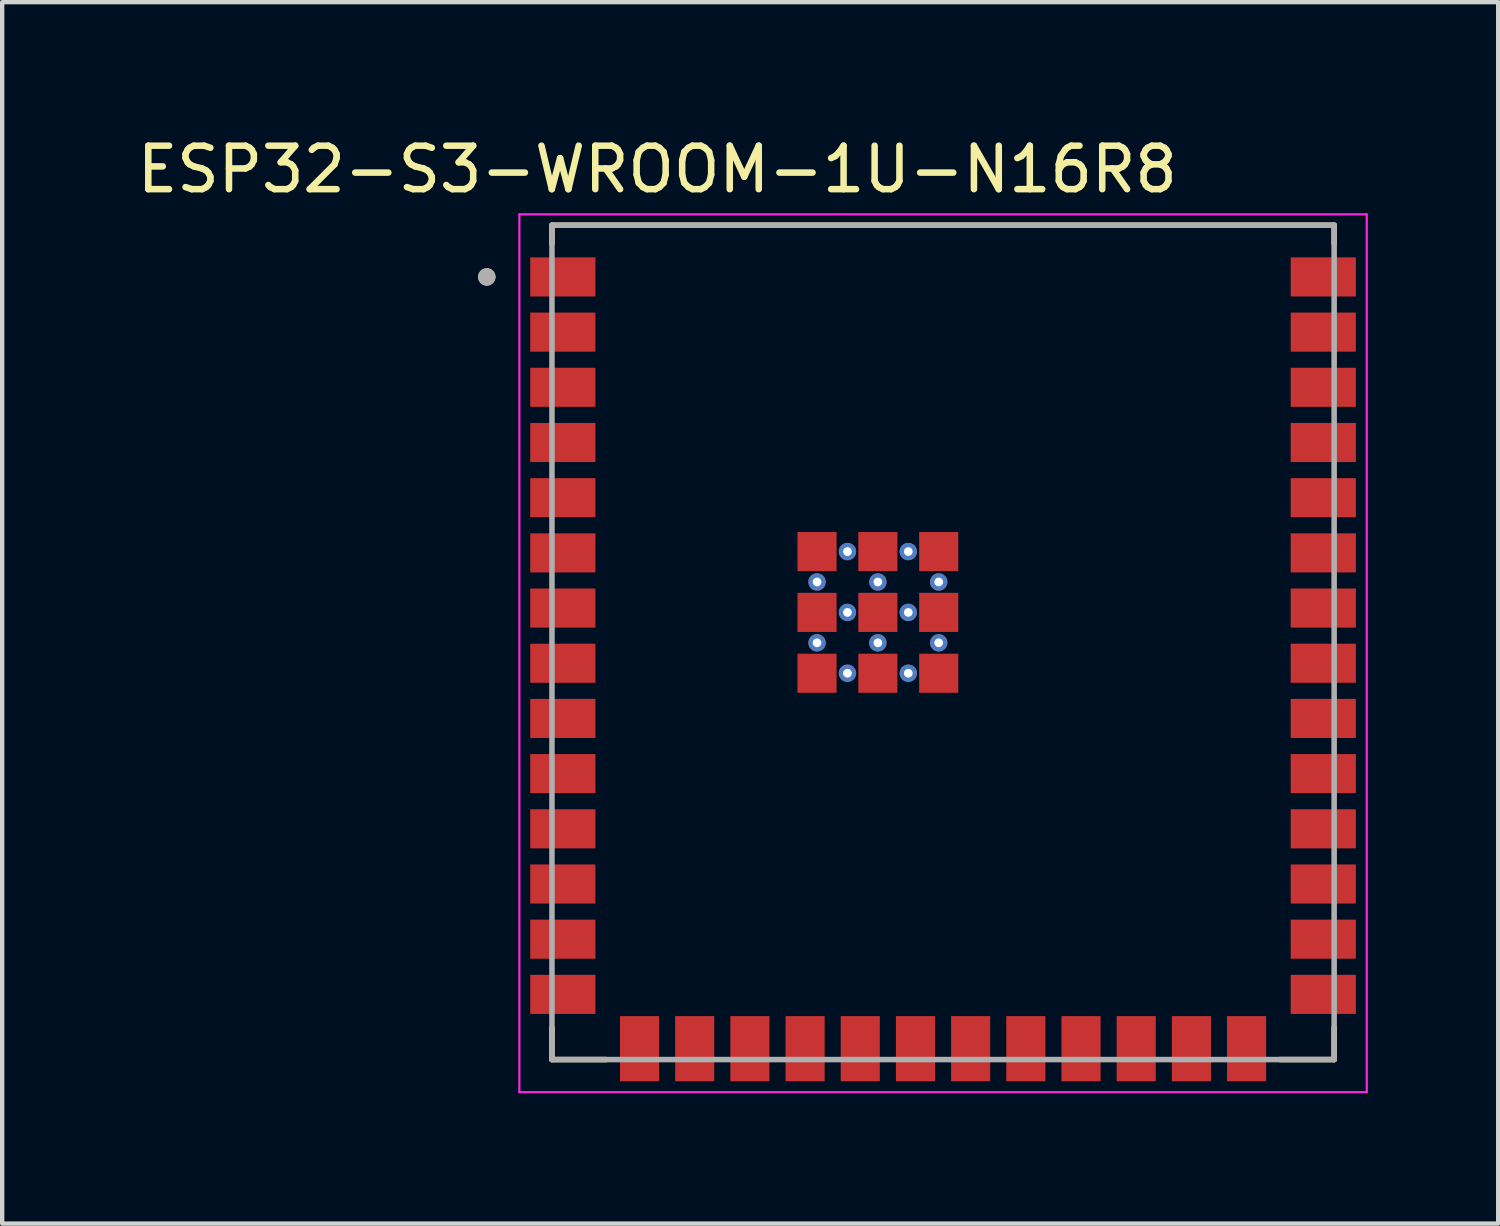
<source format=kicad_pcb>
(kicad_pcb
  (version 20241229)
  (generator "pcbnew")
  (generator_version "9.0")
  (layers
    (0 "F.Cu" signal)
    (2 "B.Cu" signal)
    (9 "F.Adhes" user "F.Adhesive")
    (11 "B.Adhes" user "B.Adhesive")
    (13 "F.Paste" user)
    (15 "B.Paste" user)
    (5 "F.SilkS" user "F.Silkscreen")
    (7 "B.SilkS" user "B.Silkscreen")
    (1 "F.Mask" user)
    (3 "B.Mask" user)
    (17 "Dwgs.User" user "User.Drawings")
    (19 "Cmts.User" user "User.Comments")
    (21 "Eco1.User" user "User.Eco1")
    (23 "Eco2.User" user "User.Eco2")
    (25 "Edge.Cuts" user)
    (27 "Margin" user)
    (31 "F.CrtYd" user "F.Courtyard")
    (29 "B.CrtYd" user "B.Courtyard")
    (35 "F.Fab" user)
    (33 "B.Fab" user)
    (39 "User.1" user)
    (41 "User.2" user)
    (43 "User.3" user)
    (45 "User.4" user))
  (footprint "ESP32-S3-WROOM-1U-N16R8"
    (layer "F.Cu")
    (at 18.652 11.733)
    (property "Reference" "ESP32-S3-WROOM-1U-N16R8" (at -6.575 -10.885 0) (layer "F.SilkS") (effects (font (size 1 1) (thickness 0.15))))
    (attr smd)
    (fp_line (start -9 -9.6) (end 9 -9.6) (stroke (width 0.127) (type solid)) (layer "F.SilkS"))
    (fp_line (start -9 -9.18) (end -9 -9.6) (stroke (width 0.127) (type solid)) (layer "F.SilkS"))
    (fp_line (start -9 9.6) (end -9 8.87) (stroke (width 0.127) (type solid)) (layer "F.SilkS"))
    (fp_line (start -7.755 9.6) (end -9 9.6) (stroke (width 0.127) (type solid)) (layer "F.SilkS"))
    (fp_line (start 9 -9.6) (end 9 -9.18) (stroke (width 0.127) (type solid)) (layer "F.SilkS"))
    (fp_line (start 9 9.6) (end 7.755 9.6) (stroke (width 0.127) (type solid)) (layer "F.SilkS"))
    (fp_line (start 9 9.6) (end 9 8.87) (stroke (width 0.127) (type solid)) (layer "F.SilkS"))
    (fp_circle (center -10.5 -8.41) (end -10.4 -8.41) (stroke (width 0.2) (type solid)) (fill no) (layer "F.SilkS"))
    (fp_line (start -9.75 -9.85) (end -9.75 10.35) (stroke (width 0.05) (type solid)) (layer "F.CrtYd"))
    (fp_line (start -9.75 10.35) (end 9.75 10.35) (stroke (width 0.05) (type solid)) (layer "F.CrtYd"))
    (fp_line (start 9.75 -9.85) (end -9.75 -9.85) (stroke (width 0.05) (type solid)) (layer "F.CrtYd"))
    (fp_line (start 9.75 10.35) (end 9.75 -9.85) (stroke (width 0.05) (type solid)) (layer "F.CrtYd"))
    (fp_line (start -9 -9.6) (end 9 -9.6) (stroke (width 0.127) (type solid)) (layer "F.Fab"))
    (fp_line (start -9 9.6) (end -9 -9.6) (stroke (width 0.127) (type solid)) (layer "F.Fab"))
    (fp_line (start 9 -9.6) (end 9 9.6) (stroke (width 0.127) (type solid)) (layer "F.Fab"))
    (fp_line (start 9 9.6) (end -9 9.6) (stroke (width 0.127) (type solid)) (layer "F.Fab"))
    (fp_circle (center -10.5 -8.41) (end -10.4 -8.41) (stroke (width 0.2) (type solid)) (fill no) (layer "F.Fab"))
    (pad "1" smd rect (at -8.75 -8.41) (size 1.5 0.9) (layers "F.Cu" "F.Mask" "F.Paste"))
    (pad "2" smd rect (at -8.75 -7.14) (size 1.5 0.9) (layers "F.Cu" "F.Mask" "F.Paste"))
    (pad "3" smd rect (at -8.75 -5.87) (size 1.5 0.9) (layers "F.Cu" "F.Mask" "F.Paste"))
    (pad "4" smd rect (at -8.75 -4.6) (size 1.5 0.9) (layers "F.Cu" "F.Mask" "F.Paste"))
    (pad "5" smd rect (at -8.75 -3.33) (size 1.5 0.9) (layers "F.Cu" "F.Mask" "F.Paste"))
    (pad "6" smd rect (at -8.75 -2.06) (size 1.5 0.9) (layers "F.Cu" "F.Mask" "F.Paste"))
    (pad "7" smd rect (at -8.75 -0.79) (size 1.5 0.9) (layers "F.Cu" "F.Mask" "F.Paste"))
    (pad "8" smd rect (at -8.75 0.48) (size 1.5 0.9) (layers "F.Cu" "F.Mask" "F.Paste"))
    (pad "9" smd rect (at -8.75 1.75) (size 1.5 0.9) (layers "F.Cu" "F.Mask" "F.Paste"))
    (pad "10" smd rect (at -8.75 3.02) (size 1.5 0.9) (layers "F.Cu" "F.Mask" "F.Paste"))
    (pad "11" smd rect (at -8.75 4.29) (size 1.5 0.9) (layers "F.Cu" "F.Mask" "F.Paste"))
    (pad "12" smd rect (at -8.75 5.56) (size 1.5 0.9) (layers "F.Cu" "F.Mask" "F.Paste"))
    (pad "13" smd rect (at -8.75 6.83) (size 1.5 0.9) (layers "F.Cu" "F.Mask" "F.Paste"))
    (pad "14" smd rect (at -8.75 8.1) (size 1.5 0.9) (layers "F.Cu" "F.Mask" "F.Paste"))
    (pad "15" smd rect (at -6.985 9.35) (size 0.9 1.5) (layers "F.Cu" "F.Mask" "F.Paste"))
    (pad "16" smd rect (at -5.715 9.35) (size 0.9 1.5) (layers "F.Cu" "F.Mask" "F.Paste"))
    (pad "17" smd rect (at -4.445 9.35) (size 0.9 1.5) (layers "F.Cu" "F.Mask" "F.Paste"))
    (pad "18" smd rect (at -3.175 9.35) (size 0.9 1.5) (layers "F.Cu" "F.Mask" "F.Paste"))
    (pad "19" smd rect (at -1.905 9.35) (size 0.9 1.5) (layers "F.Cu" "F.Mask" "F.Paste"))
    (pad "20" smd rect (at -0.635 9.35) (size 0.9 1.5) (layers "F.Cu" "F.Mask" "F.Paste"))
    (pad "21" smd rect (at 0.635 9.35) (size 0.9 1.5) (layers "F.Cu" "F.Mask" "F.Paste"))
    (pad "22" smd rect (at 1.905 9.35) (size 0.9 1.5) (layers "F.Cu" "F.Mask" "F.Paste"))
    (pad "23" smd rect (at 3.175 9.35) (size 0.9 1.5) (layers "F.Cu" "F.Mask" "F.Paste"))
    (pad "24" smd rect (at 4.445 9.35) (size 0.9 1.5) (layers "F.Cu" "F.Mask" "F.Paste"))
    (pad "25" smd rect (at 5.715 9.35) (size 0.9 1.5) (layers "F.Cu" "F.Mask" "F.Paste"))
    (pad "26" smd rect (at 6.985 9.35) (size 0.9 1.5) (layers "F.Cu" "F.Mask" "F.Paste"))
    (pad "27" smd rect (at 8.75 8.1) (size 1.5 0.9) (layers "F.Cu" "F.Mask" "F.Paste"))
    (pad "28" smd rect (at 8.75 6.83) (size 1.5 0.9) (layers "F.Cu" "F.Mask" "F.Paste"))
    (pad "29" smd rect (at 8.75 5.56) (size 1.5 0.9) (layers "F.Cu" "F.Mask" "F.Paste"))
    (pad "30" smd rect (at 8.75 4.29) (size 1.5 0.9) (layers "F.Cu" "F.Mask" "F.Paste"))
    (pad "31" smd rect (at 8.75 3.02) (size 1.5 0.9) (layers "F.Cu" "F.Mask" "F.Paste"))
    (pad "32" smd rect (at 8.75 1.75) (size 1.5 0.9) (layers "F.Cu" "F.Mask" "F.Paste"))
    (pad "33" smd rect (at 8.75 0.48) (size 1.5 0.9) (layers "F.Cu" "F.Mask" "F.Paste"))
    (pad "34" smd rect (at 8.75 -0.79) (size 1.5 0.9) (layers "F.Cu" "F.Mask" "F.Paste"))
    (pad "35" smd rect (at 8.75 -2.06) (size 1.5 0.9) (layers "F.Cu" "F.Mask" "F.Paste"))
    (pad "36" smd rect (at 8.75 -3.33) (size 1.5 0.9) (layers "F.Cu" "F.Mask" "F.Paste"))
    (pad "37" smd rect (at 8.75 -4.6) (size 1.5 0.9) (layers "F.Cu" "F.Mask" "F.Paste"))
    (pad "38" smd rect (at 8.75 -5.87) (size 1.5 0.9) (layers "F.Cu" "F.Mask" "F.Paste"))
    (pad "39" smd rect (at 8.75 -7.14) (size 1.5 0.9) (layers "F.Cu" "F.Mask" "F.Paste"))
    (pad "40" smd rect (at 8.75 -8.41) (size 1.5 0.9) (layers "F.Cu" "F.Mask" "F.Paste"))
    (pad "41_1" smd rect (at -2.9 -2.09) (size 0.9 0.9) (layers "F.Cu" "F.Mask" "F.Paste"))
    (pad "41_2" smd rect (at -1.5 -2.09) (size 0.9 0.9) (layers "F.Cu" "F.Mask" "F.Paste"))
    (pad "41_3" smd rect (at -0.1 -2.09) (size 0.9 0.9) (layers "F.Cu" "F.Mask" "F.Paste"))
    (pad "41_4" smd rect (at -2.9 -0.69) (size 0.9 0.9) (layers "F.Cu" "F.Mask" "F.Paste"))
    (pad "41_5" smd rect (at -1.5 -0.69) (size 0.9 0.9) (layers "F.Cu" "F.Mask" "F.Paste"))
    (pad "41_6" smd rect (at -0.1 -0.69) (size 0.9 0.9) (layers "F.Cu" "F.Mask" "F.Paste"))
    (pad "41_7" smd rect (at -2.9 0.71) (size 0.9 0.9) (layers "F.Cu" "F.Mask" "F.Paste"))
    (pad "41_8" smd rect (at -1.5 0.71) (size 0.9 0.9) (layers "F.Cu" "F.Mask" "F.Paste"))
    (pad "41_9" smd rect (at -0.1 0.71) (size 0.9 0.9) (layers "F.Cu" "F.Mask" "F.Paste"))
    (pad "41_10" thru_hole circle (at -2.2 -2.09) (size 0.4 0.4) (drill 0.2) (layers "*.Cu"))
    (pad "41_11" thru_hole circle (at -0.8 -2.09) (size 0.4 0.4) (drill 0.2) (layers "*.Cu"))
    (pad "41_12" thru_hole circle (at -2.9 -1.39) (size 0.4 0.4) (drill 0.2) (layers "*.Cu"))
    (pad "41_13" thru_hole circle (at -1.5 -1.39) (size 0.4 0.4) (drill 0.2) (layers "*.Cu"))
    (pad "41_14" thru_hole circle (at -0.1 -1.39) (size 0.4 0.4) (drill 0.2) (layers "*.Cu"))
    (pad "41_15" thru_hole circle (at -2.2 -0.69) (size 0.4 0.4) (drill 0.2) (layers "*.Cu"))
    (pad "41_16" thru_hole circle (at -0.8 -0.69) (size 0.4 0.4) (drill 0.2) (layers "*.Cu"))
    (pad "41_17" thru_hole circle (at -2.9 0.01) (size 0.4 0.4) (drill 0.2) (layers "*.Cu"))
    (pad "41_18" thru_hole circle (at -1.5 0.01) (size 0.4 0.4) (drill 0.2) (layers "*.Cu"))
    (pad "41_19" thru_hole circle (at -0.1 0.01) (size 0.4 0.4) (drill 0.2) (layers "*.Cu"))
    (pad "41_20" thru_hole circle (at -2.2 0.71) (size 0.4 0.4) (drill 0.2) (layers "*.Cu"))
    (pad "41_21" thru_hole circle (at -0.8 0.71) (size 0.4 0.4) (drill 0.2) (layers "*.Cu")))
  (gr_rect
    (start -3 -3)
    (end 31.427 25.108)
    (stroke (width 0.1) (type default))
    (fill no)
    (layer "Edge.Cuts")))
</source>
